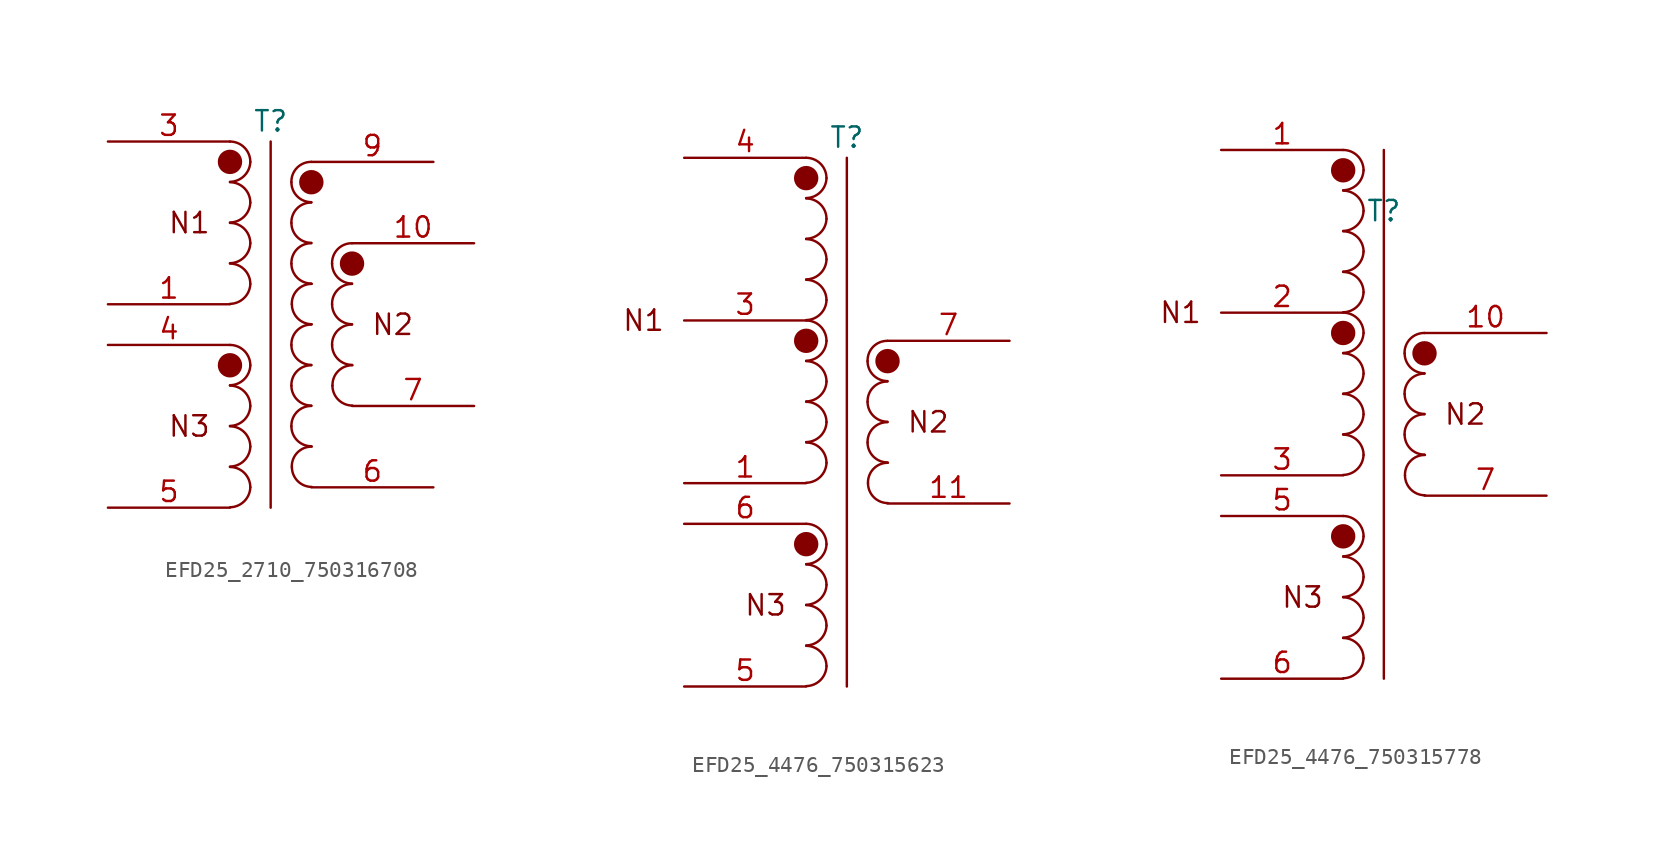
<source format=kicad_sym>
(kicad_symbol_lib
  (version 20220914)
  (generator kicad_symbol_editor)
  (symbol "EFD25_2710_750316708"
    (pin_names hide)
    (property "Reference" "T"
      (at 0 12.7 0)
      (effects (font (size 1.27 1.27))))
    (symbol "EFD25_2710_750316708_0_1"
      (arc (start -2.54 -11.4046) (mid -1.6561 -11.0363) (end -1.27 -10.16) (stroke (width 0) (type default)) (fill (type none)))
      (arc (start -2.54 -8.8646) (mid -1.6561 -8.4963) (end -1.27 -7.62) (stroke (width 0) (type default)) (fill (type none)))
      (arc (start -2.54 -6.3246) (mid -1.6561 -5.9563) (end -1.27 -5.08) (stroke (width 0) (type default)) (fill (type none)))
      (arc (start -2.54 -3.7846) (mid -1.6561 -3.4163) (end -1.27 -2.54) (stroke (width 0) (type default)) (fill (type none)))
      (arc (start -2.54 1.2954) (mid -1.6561 1.6637) (end -1.27 2.54) (stroke (width 0) (type default)) (fill (type none)))
      (arc (start -2.54 3.8354) (mid -1.6561 4.2037) (end -1.27 5.08) (stroke (width 0) (type default)) (fill (type none)))
      (arc (start -2.54 6.3754) (mid -1.6561 6.7437) (end -1.27 7.62) (stroke (width 0) (type default)) (fill (type none)))
      (arc (start -2.54 8.9154) (mid -1.6561 9.2837) (end -1.27 10.16) (stroke (width 0) (type default)) (fill (type none)))
      (arc (start -1.27 -10.16) (mid -1.642 -9.262) (end -2.54 -8.89) (stroke (width 0) (type default)) (fill (type none)))
      (arc (start -1.27 -7.62) (mid -1.642 -6.722) (end -2.54 -6.35) (stroke (width 0) (type default)) (fill (type none)))
      (arc (start -1.27 -5.08) (mid -1.642 -4.182) (end -2.54 -3.81) (stroke (width 0) (type default)) (fill (type none)))
      (arc (start -1.27 -2.54) (mid -1.642 -1.642) (end -2.54 -1.27) (stroke (width 0) (type default)) (fill (type none)))
      (arc (start -1.27 2.54) (mid -1.642 3.438) (end -2.54 3.81) (stroke (width 0) (type default)) (fill (type none)))
      (arc (start -1.27 5.08) (mid -1.642 5.978) (end -2.54 6.35) (stroke (width 0) (type default)) (fill (type none)))
      (arc (start -1.27 7.62) (mid -1.642 8.518) (end -2.54 8.89) (stroke (width 0) (type default)) (fill (type none)))
      (arc (start -1.27 10.16) (mid -1.642 11.058) (end -2.54 11.43) (stroke (width 0) (type default)) (fill (type none)))
      (polyline (pts (xy 0 11.43) (xy 0 -11.43)) (stroke (width 0) (type default)) (fill (type none)))
      (arc (start 1.2954 -6.35) (mid 1.6599 -7.2301) (end 2.54 -7.5946) (stroke (width 0) (type default)) (fill (type none)))
      (arc (start 1.2954 -3.81) (mid 1.6599 -4.6901) (end 2.54 -5.0546) (stroke (width 0) (type default)) (fill (type none)))
      (arc (start 1.2954 -1.27) (mid 1.6599 -2.1501) (end 2.54 -2.5146) (stroke (width 0) (type default)) (fill (type none)))
      (arc (start 1.2954 3.81) (mid 1.6599 2.9299) (end 2.54 2.5654) (stroke (width 0) (type default)) (fill (type none)))
      (arc (start 1.2954 6.35) (mid 1.6599 5.4699) (end 2.54 5.1054) (stroke (width 0) (type default)) (fill (type none)))
      (arc (start 1.2954 8.89) (mid 1.6599 8.0099) (end 2.54 7.6454) (stroke (width 0) (type default)) (fill (type none)))
      (arc (start 1.3208 -8.89) (mid 1.6855 -9.7699) (end 2.5654 -10.1346) (stroke (width 0) (type default)) (fill (type none)))
      (arc (start 1.3208 1.27) (mid 1.6855 0.3901) (end 2.5654 0.0254) (stroke (width 0) (type default)) (fill (type none)))
      (arc (start 2.54 -5.08) (mid 1.6458 -5.4485) (end 1.2954 -6.35) (stroke (width 0) (type default)) (fill (type none)))
      (arc (start 2.54 -2.54) (mid 1.6458 -2.9085) (end 1.2954 -3.81) (stroke (width 0) (type default)) (fill (type none)))
      (arc (start 2.54 0) (mid 1.6458 -0.3685) (end 1.2954 -1.27) (stroke (width 0) (type default)) (fill (type none)))
      (arc (start 2.54 5.08) (mid 1.6458 4.7115) (end 1.2954 3.81) (stroke (width 0) (type default)) (fill (type none)))
      (arc (start 2.54 7.62) (mid 1.6458 7.2515) (end 1.2954 6.35) (stroke (width 0) (type default)) (fill (type none)))
      (arc (start 2.54 10.16) (mid 1.6458 9.7915) (end 1.2954 8.89) (stroke (width 0) (type default)) (fill (type none)))
      (arc (start 2.5654 -7.62) (mid 1.6709 -7.9883) (end 1.3208 -8.89) (stroke (width 0) (type default)) (fill (type none)))
      (arc (start 2.5654 2.54) (mid 1.6709 2.1717) (end 1.3208 1.27) (stroke (width 0) (type default)) (fill (type none)))
      (arc (start 3.8354 -1.27) (mid 4.1999 -2.1501) (end 5.08 -2.5146) (stroke (width 0) (type default)) (fill (type none)))
      (arc (start 3.8354 1.27) (mid 4.1999 0.3899) (end 5.08 0.0254) (stroke (width 0) (type default)) (fill (type none)))
      (arc (start 3.8354 3.81) (mid 4.1999 2.9299) (end 5.08 2.5654) (stroke (width 0) (type default)) (fill (type none)))
      (arc (start 3.8608 -3.81) (mid 4.2257 -4.6896) (end 5.1054 -5.0546) (stroke (width 0) (type default)) (fill (type none)))
      (arc (start 5.08 0) (mid 4.1858 -0.3685) (end 3.8354 -1.27) (stroke (width 0) (type default)) (fill (type none)))
      (arc (start 5.08 2.54) (mid 4.1858 2.1715) (end 3.8354 1.27) (stroke (width 0) (type default)) (fill (type none)))
      (arc (start 5.08 5.08) (mid 4.1858 4.7115) (end 3.8354 3.81) (stroke (width 0) (type default)) (fill (type none)))
      (arc (start 5.1054 -2.54) (mid 4.2109 -2.9083) (end 3.8608 -3.81) (stroke (width 0) (type default)) (fill (type none))))
    (symbol "EFD25_2710_750316708_1_1"
      (circle (center -2.54 -2.54) (radius 0.0001) (stroke (width 0.762) (type default)) (fill (type none)))
      (circle (center -2.54 10.16) (radius 0.0001) (stroke (width 0.762) (type default)) (fill (type none)))
      (circle (center 2.54 8.89) (radius 0.0001) (stroke (width 0.762) (type default)) (fill (type none)))
      (circle (center 5.08 3.81) (radius 0.0001) (stroke (width 0.762) (type default)) (fill (type none)))
      (text "N1" (at -5.08 6.35 0) (effects (font (size 1.27 1.27))))
      (text "N2" (at 7.62 0 0) (effects (font (size 1.27 1.27))))
      (text "N3" (at -5.08 -6.35 0) (effects (font (size 1.27 1.27))))
      (pin passive line (at -10.16 1.27 0) (length 7.62) (name "1" (effects (font (size 1.27 1.27)))) (number "1" (effects (font (size 1.27 1.27)))))
      (pin passive line (at 12.7 5.08 180) (length 7.62) (name "10" (effects (font (size 1.27 1.27)))) (number "10" (effects (font (size 1.27 1.27)))))
      (pin passive line (at -10.16 11.43 0) (length 7.62) (name "3" (effects (font (size 1.27 1.27)))) (number "3" (effects (font (size 1.27 1.27)))))
      (pin passive line (at -10.16 -1.27 0) (length 7.62) (name "4" (effects (font (size 1.27 1.27)))) (number "4" (effects (font (size 1.27 1.27)))))
      (pin passive line (at -10.16 -11.43 0) (length 7.62) (name "5" (effects (font (size 1.27 1.27)))) (number "5" (effects (font (size 1.27 1.27)))))
      (pin passive line (at 10.16 -10.16 180) (length 7.62) (name "6" (effects (font (size 1.27 1.27)))) (number "6" (effects (font (size 1.27 1.27)))))
      (pin passive line (at 12.7 -5.08 180) (length 7.62) (name "7" (effects (font (size 1.27 1.27)))) (number "7" (effects (font (size 1.27 1.27)))))
      (pin passive line (at 10.16 10.16 180) (length 7.62) (name "9" (effects (font (size 1.27 1.27)))) (number "9" (effects (font (size 1.27 1.27)))))))
  (symbol "EFD25_4476_750315623"
    (pin_names hide)
    (property "Reference" "T"
      (at 0 17.78 0)
      (effects (font (size 1.27 1.27))))
    (symbol "EFD25_4476_750315623_0_1"
      (arc (start -2.54 -16.4846) (mid -1.6561 -16.1163) (end -1.27 -15.24) (stroke (width 0) (type default)) (fill (type none)))
      (arc (start -2.54 -13.9446) (mid -1.6561 -13.5763) (end -1.27 -12.7) (stroke (width 0) (type default)) (fill (type none)))
      (arc (start -2.54 -11.4046) (mid -1.6561 -11.0363) (end -1.27 -10.16) (stroke (width 0) (type default)) (fill (type none)))
      (arc (start -2.54 -8.8646) (mid -1.6561 -8.4963) (end -1.27 -7.62) (stroke (width 0) (type default)) (fill (type none)))
      (arc (start -2.54 -3.7846) (mid -1.6561 -3.4163) (end -1.27 -2.54) (stroke (width 0) (type default)) (fill (type none)))
      (arc (start -2.54 -1.2446) (mid -1.6561 -0.8763) (end -1.27 0) (stroke (width 0) (type default)) (fill (type none)))
      (arc (start -2.54 1.2954) (mid -1.6561 1.6637) (end -1.27 2.54) (stroke (width 0) (type default)) (fill (type none)))
      (arc (start -2.54 3.8354) (mid -1.6561 4.2037) (end -1.27 5.08) (stroke (width 0) (type default)) (fill (type none)))
      (arc (start -2.54 6.3754) (mid -1.6561 6.7437) (end -1.27 7.62) (stroke (width 0) (type default)) (fill (type none)))
      (arc (start -2.54 8.9154) (mid -1.6561 9.2837) (end -1.27 10.16) (stroke (width 0) (type default)) (fill (type none)))
      (arc (start -2.54 11.4554) (mid -1.6561 11.8237) (end -1.27 12.7) (stroke (width 0) (type default)) (fill (type none)))
      (arc (start -2.54 13.9954) (mid -1.6561 14.3637) (end -1.27 15.24) (stroke (width 0) (type default)) (fill (type none)))
      (arc (start -1.27 -15.24) (mid -1.642 -14.342) (end -2.54 -13.97) (stroke (width 0) (type default)) (fill (type none)))
      (arc (start -1.27 -12.7) (mid -1.642 -11.802) (end -2.54 -11.43) (stroke (width 0) (type default)) (fill (type none)))
      (arc (start -1.27 -10.16) (mid -1.642 -9.262) (end -2.54 -8.89) (stroke (width 0) (type default)) (fill (type none)))
      (arc (start -1.27 -7.62) (mid -1.642 -6.722) (end -2.54 -6.35) (stroke (width 0) (type default)) (fill (type none)))
      (arc (start -1.27 -2.54) (mid -1.642 -1.642) (end -2.54 -1.27) (stroke (width 0) (type default)) (fill (type none)))
      (arc (start -1.27 0) (mid -1.642 0.898) (end -2.54 1.27) (stroke (width 0) (type default)) (fill (type none)))
      (arc (start -1.27 2.54) (mid -1.642 3.438) (end -2.54 3.81) (stroke (width 0) (type default)) (fill (type none)))
      (arc (start -1.27 5.08) (mid -1.642 5.978) (end -2.54 6.35) (stroke (width 0) (type default)) (fill (type none)))
      (arc (start -1.27 7.62) (mid -1.642 8.518) (end -2.54 8.89) (stroke (width 0) (type default)) (fill (type none)))
      (arc (start -1.27 10.16) (mid -1.642 11.058) (end -2.54 11.43) (stroke (width 0) (type default)) (fill (type none)))
      (arc (start -1.27 12.7) (mid -1.642 13.598) (end -2.54 13.97) (stroke (width 0) (type default)) (fill (type none)))
      (arc (start -1.27 15.24) (mid -1.642 16.138) (end -2.54 16.51) (stroke (width 0) (type default)) (fill (type none)))
      (polyline (pts (xy 0 16.51) (xy 0 -16.51)) (stroke (width 0) (type default)) (fill (type none)))
      (arc (start 1.2954 -1.27) (mid 1.6599 -2.1501) (end 2.54 -2.5146) (stroke (width 0) (type default)) (fill (type none)))
      (arc (start 1.2954 1.27) (mid 1.6599 0.3899) (end 2.54 0.0254) (stroke (width 0) (type default)) (fill (type none)))
      (arc (start 1.2954 3.81) (mid 1.6599 2.9299) (end 2.54 2.5654) (stroke (width 0) (type default)) (fill (type none)))
      (arc (start 1.3208 -3.81) (mid 1.6853 -4.6901) (end 2.5654 -5.0546) (stroke (width 0) (type default)) (fill (type none)))
      (arc (start 2.54 0) (mid 1.642 -0.372) (end 1.2954 -1.27) (stroke (width 0) (type default)) (fill (type none)))
      (arc (start 2.54 2.54) (mid 1.642 2.168) (end 1.2954 1.27) (stroke (width 0) (type default)) (fill (type none)))
      (arc (start 2.54 5.08) (mid 1.642 4.708) (end 1.2954 3.81) (stroke (width 0) (type default)) (fill (type none)))
      (arc (start 2.5654 -2.54) (mid 1.6674 -2.912) (end 1.3208 -3.81) (stroke (width 0) (type default)) (fill (type none))))
    (symbol "EFD25_4476_750315623_1_1"
      (circle (center -2.54 -7.62) (radius 0.0001) (stroke (width 0.762) (type default)) (fill (type none)))
      (circle (center -2.54 5.08) (radius 0.0001) (stroke (width 0.762) (type default)) (fill (type none)))
      (circle (center -2.54 15.24) (radius 0.0001) (stroke (width 0.762) (type default)) (fill (type none)))
      (circle (center 2.54 3.81) (radius 0.0001) (stroke (width 0.762) (type default)) (fill (type none)))
      (text "N1" (at -12.7 6.35 0) (effects (font (size 1.27 1.27))))
      (text "N2" (at 5.08 0 0) (effects (font (size 1.27 1.27))))
      (text "N3" (at -5.08 -11.43 0) (effects (font (size 1.27 1.27))))
      (pin passive line (at -10.16 -3.81 0) (length 7.62) (name "1" (effects (font (size 1.27 1.27)))) (number "1" (effects (font (size 1.27 1.27)))))
      (pin passive line (at 10.16 -5.08 180) (length 7.62) (name "11" (effects (font (size 1.27 1.27)))) (number "11" (effects (font (size 1.27 1.27)))))
      (pin passive line (at 10.16 -5.08 180) (length 7.62) hide (name "12" (effects (font (size 1.27 1.27)))) (number "12" (effects (font (size 1.27 1.27)))))
      (pin passive line (at -10.16 6.35 0) (length 7.62) hide (name "2" (effects (font (size 1.27 1.27)))) (number "2" (effects (font (size 1.27 1.27)))))
      (pin passive line (at -10.16 6.35 0) (length 7.62) (name "3" (effects (font (size 1.27 1.27)))) (number "3" (effects (font (size 1.27 1.27)))))
      (pin passive line (at -10.16 16.51 0) (length 7.62) (name "4" (effects (font (size 1.27 1.27)))) (number "4" (effects (font (size 1.27 1.27)))))
      (pin passive line (at -10.16 -16.51 0) (length 7.62) (name "5" (effects (font (size 1.27 1.27)))) (number "5" (effects (font (size 1.27 1.27)))))
      (pin passive line (at -10.16 -6.35 0) (length 7.62) (name "6" (effects (font (size 1.27 1.27)))) (number "6" (effects (font (size 1.27 1.27)))))
      (pin passive line (at 10.16 5.08 180) (length 7.62) (name "7" (effects (font (size 1.27 1.27)))) (number "7" (effects (font (size 1.27 1.27)))))
      (pin passive line (at 10.16 5.08 180) (length 7.62) hide (name "8" (effects (font (size 1.27 1.27)))) (number "8" (effects (font (size 1.27 1.27)))))))
  (symbol "EFD25_4476_750315778"
    (pin_names hide)
    (property "Reference" "T"
      (at 0 12.7 0)
      (effects (font (size 1.27 1.27))))
    (symbol "EFD25_4476_750315778_0_1"
      (arc (start -2.54 -16.4846) (mid -1.6561 -16.1163) (end -1.27 -15.24) (stroke (width 0) (type default)) (fill (type none)))
      (arc (start -2.54 -13.9446) (mid -1.6561 -13.5763) (end -1.27 -12.7) (stroke (width 0) (type default)) (fill (type none)))
      (arc (start -2.54 -11.4046) (mid -1.6561 -11.0363) (end -1.27 -10.16) (stroke (width 0) (type default)) (fill (type none)))
      (arc (start -2.54 -8.8646) (mid -1.6561 -8.4963) (end -1.27 -7.62) (stroke (width 0) (type default)) (fill (type none)))
      (arc (start -2.54 -3.7846) (mid -1.6561 -3.4163) (end -1.27 -2.54) (stroke (width 0) (type default)) (fill (type none)))
      (arc (start -2.54 -1.2446) (mid -1.6561 -0.8763) (end -1.27 0) (stroke (width 0) (type default)) (fill (type none)))
      (arc (start -2.54 1.2954) (mid -1.6561 1.6637) (end -1.27 2.54) (stroke (width 0) (type default)) (fill (type none)))
      (arc (start -2.54 3.8354) (mid -1.6561 4.2037) (end -1.27 5.08) (stroke (width 0) (type default)) (fill (type none)))
      (arc (start -2.54 6.3754) (mid -1.6561 6.7437) (end -1.27 7.62) (stroke (width 0) (type default)) (fill (type none)))
      (arc (start -2.54 8.9154) (mid -1.6561 9.2837) (end -1.27 10.16) (stroke (width 0) (type default)) (fill (type none)))
      (arc (start -2.54 11.4554) (mid -1.6561 11.8237) (end -1.27 12.7) (stroke (width 0) (type default)) (fill (type none)))
      (arc (start -2.54 13.9954) (mid -1.6561 14.3637) (end -1.27 15.24) (stroke (width 0) (type default)) (fill (type none)))
      (arc (start -1.27 -15.24) (mid -1.642 -14.342) (end -2.54 -13.97) (stroke (width 0) (type default)) (fill (type none)))
      (arc (start -1.27 -12.7) (mid -1.642 -11.802) (end -2.54 -11.43) (stroke (width 0) (type default)) (fill (type none)))
      (arc (start -1.27 -10.16) (mid -1.642 -9.262) (end -2.54 -8.89) (stroke (width 0) (type default)) (fill (type none)))
      (arc (start -1.27 -7.62) (mid -1.642 -6.722) (end -2.54 -6.35) (stroke (width 0) (type default)) (fill (type none)))
      (arc (start -1.27 -2.54) (mid -1.642 -1.642) (end -2.54 -1.27) (stroke (width 0) (type default)) (fill (type none)))
      (arc (start -1.27 0) (mid -1.642 0.898) (end -2.54 1.27) (stroke (width 0) (type default)) (fill (type none)))
      (arc (start -1.27 2.54) (mid -1.642 3.438) (end -2.54 3.81) (stroke (width 0) (type default)) (fill (type none)))
      (arc (start -1.27 5.08) (mid -1.642 5.978) (end -2.54 6.35) (stroke (width 0) (type default)) (fill (type none)))
      (arc (start -1.27 7.62) (mid -1.642 8.518) (end -2.54 8.89) (stroke (width 0) (type default)) (fill (type none)))
      (arc (start -1.27 10.16) (mid -1.642 11.058) (end -2.54 11.43) (stroke (width 0) (type default)) (fill (type none)))
      (arc (start -1.27 12.7) (mid -1.642 13.598) (end -2.54 13.97) (stroke (width 0) (type default)) (fill (type none)))
      (arc (start -1.27 15.24) (mid -1.642 16.138) (end -2.54 16.51) (stroke (width 0) (type default)) (fill (type none)))
      (polyline (pts (xy 0 16.51) (xy 0 -16.51)) (stroke (width 0) (type default)) (fill (type none)))
      (arc (start 1.2954 -1.27) (mid 1.6599 -2.1501) (end 2.54 -2.5146) (stroke (width 0) (type default)) (fill (type none)))
      (arc (start 1.2954 1.27) (mid 1.6599 0.3899) (end 2.54 0.0254) (stroke (width 0) (type default)) (fill (type none)))
      (arc (start 1.2954 3.81) (mid 1.6599 2.9299) (end 2.54 2.5654) (stroke (width 0) (type default)) (fill (type none)))
      (arc (start 1.3208 -3.81) (mid 1.6853 -4.6901) (end 2.5654 -5.0546) (stroke (width 0) (type default)) (fill (type none)))
      (arc (start 2.54 0) (mid 1.642 -0.372) (end 1.2954 -1.27) (stroke (width 0) (type default)) (fill (type none)))
      (arc (start 2.54 2.54) (mid 1.642 2.168) (end 1.2954 1.27) (stroke (width 0) (type default)) (fill (type none)))
      (arc (start 2.54 5.08) (mid 1.642 4.708) (end 1.2954 3.81) (stroke (width 0) (type default)) (fill (type none)))
      (arc (start 2.5654 -2.54) (mid 1.6674 -2.912) (end 1.3208 -3.81) (stroke (width 0) (type default)) (fill (type none))))
    (symbol "EFD25_4476_750315778_1_1"
      (circle (center -2.54 -7.62) (radius 0.0001) (stroke (width 0.762) (type default)) (fill (type none)))
      (circle (center -2.54 5.08) (radius 0.0001) (stroke (width 0.762) (type default)) (fill (type none)))
      (circle (center -2.54 15.24) (radius 0.0001) (stroke (width 0.762) (type default)) (fill (type none)))
      (circle (center 2.54 3.81) (radius 0.0001) (stroke (width 0.762) (type default)) (fill (type none)))
      (text "N1" (at -12.7 6.35 0) (effects (font (size 1.27 1.27))))
      (text "N2" (at 5.08 0 0) (effects (font (size 1.27 1.27))))
      (text "N3" (at -5.08 -11.43 0) (effects (font (size 1.27 1.27))))
      (pin passive line (at -10.16 16.51 0) (length 7.62) (name "1" (effects (font (size 1.27 1.27)))) (number "1" (effects (font (size 1.27 1.27)))))
      (pin passive line (at 10.16 5.08 180) (length 7.62) (name "10" (effects (font (size 1.27 1.27)))) (number "10" (effects (font (size 1.27 1.27)))))
      (pin passive line (at 10.16 5.08 180) (length 7.62) hide (name "11" (effects (font (size 1.27 1.27)))) (number "11" (effects (font (size 1.27 1.27)))))
      (pin passive line (at 10.16 5.08 180) (length 7.62) hide (name "12" (effects (font (size 1.27 1.27)))) (number "12" (effects (font (size 1.27 1.27)))))
      (pin passive line (at -10.16 6.35 0) (length 7.62) (name "2" (effects (font (size 1.27 1.27)))) (number "2" (effects (font (size 1.27 1.27)))))
      (pin passive line (at -10.16 -3.81 0) (length 7.62) (name "3" (effects (font (size 1.27 1.27)))) (number "3" (effects (font (size 1.27 1.27)))))
      (pin passive line (at -10.16 -6.35 0) (length 7.62) (name "5" (effects (font (size 1.27 1.27)))) (number "5" (effects (font (size 1.27 1.27)))))
      (pin passive line (at -10.16 -16.51 0) (length 7.62) (name "6" (effects (font (size 1.27 1.27)))) (number "6" (effects (font (size 1.27 1.27)))))
      (pin passive line (at 10.16 -5.08 180) (length 7.62) (name "7" (effects (font (size 1.27 1.27)))) (number "7" (effects (font (size 1.27 1.27)))))
      (pin passive line (at 10.16 -5.08 180) (length 7.62) hide (name "8" (effects (font (size 1.27 1.27)))) (number "8" (effects (font (size 1.27 1.27)))))
      (pin passive line (at 10.16 -5.08 180) (length 7.62) hide (name "9" (effects (font (size 1.27 1.27)))) (number "9" (effects (font (size 1.27 1.27))))))))
</source>
